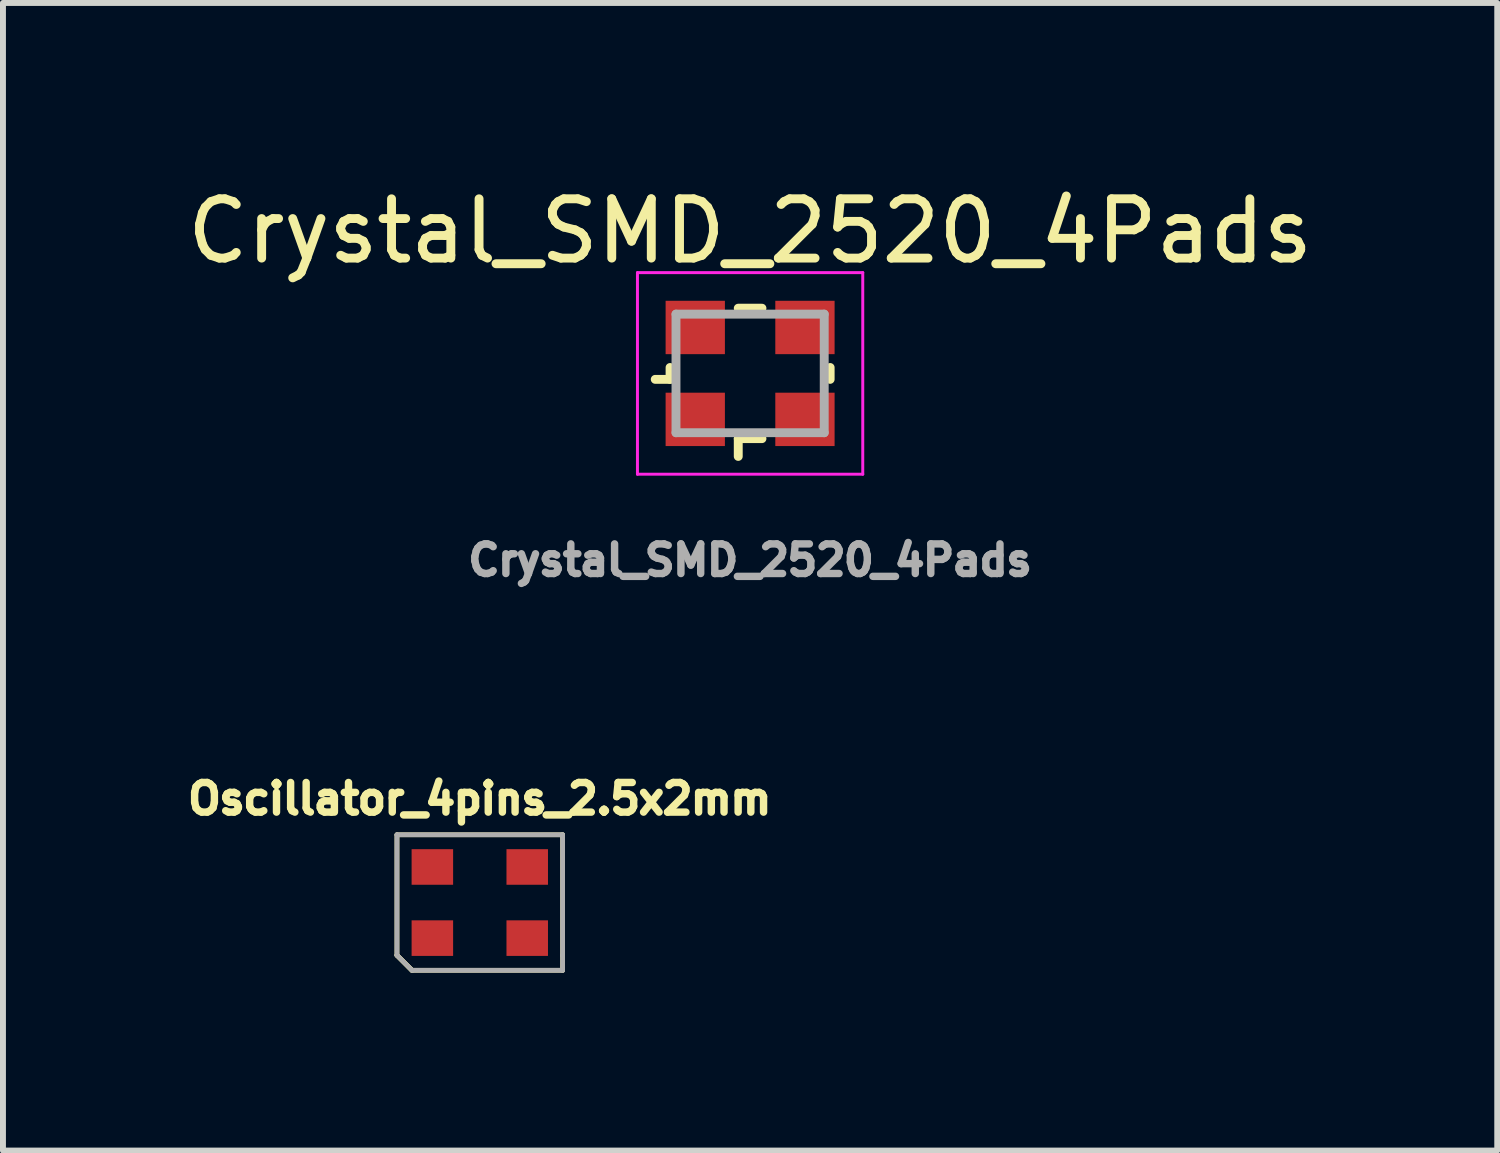
<source format=kicad_pcb>
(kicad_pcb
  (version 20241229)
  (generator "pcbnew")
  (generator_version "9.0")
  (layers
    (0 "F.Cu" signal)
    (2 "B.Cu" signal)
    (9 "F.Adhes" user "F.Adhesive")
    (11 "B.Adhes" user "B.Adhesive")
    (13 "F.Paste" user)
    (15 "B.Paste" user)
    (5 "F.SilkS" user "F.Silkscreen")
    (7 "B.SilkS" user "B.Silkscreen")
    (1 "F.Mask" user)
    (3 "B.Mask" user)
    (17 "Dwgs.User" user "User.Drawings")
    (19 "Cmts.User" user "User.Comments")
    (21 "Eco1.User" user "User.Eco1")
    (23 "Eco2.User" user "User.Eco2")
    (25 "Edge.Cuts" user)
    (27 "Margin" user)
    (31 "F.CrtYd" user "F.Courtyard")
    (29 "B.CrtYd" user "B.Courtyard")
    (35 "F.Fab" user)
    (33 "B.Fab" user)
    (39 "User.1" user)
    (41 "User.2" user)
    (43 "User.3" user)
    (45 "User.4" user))
  (footprint "Oscillator_4pins_2.5x2mm"
    (layer "F.Cu")
    (at 5.042 12.172)
    (property "Reference" "Oscillator_4pins_2.5x2mm" (at 0 -1.75 0) (layer "F.SilkS") (effects (font (size 0.5 0.5) (thickness 0.125))))
    (attr smd)
    (fp_line (start -1.397 -1.143) (end 1.397 -1.143) (stroke (width 0.08) (type solid)) (layer "F.SilkS"))
    (fp_line (start -1.397 0.889) (end -1.397 -1.143) (stroke (width 0.08) (type solid)) (layer "F.SilkS"))
    (fp_line (start -1.143 1.143) (end -1.397 0.889) (stroke (width 0.08) (type solid)) (layer "F.SilkS"))
    (fp_line (start -1.143 1.143) (end -1.397 0.889) (stroke (width 0.08) (type solid)) (layer "F.SilkS"))
    (fp_line (start 1.397 -1.143) (end 1.397 0.889) (stroke (width 0.08) (type solid)) (layer "F.SilkS"))
    (fp_line (start 1.397 0.889) (end 1.397 1.143) (stroke (width 0.08) (type solid)) (layer "F.SilkS"))
    (fp_line (start 1.397 1.143) (end -1.143 1.143) (stroke (width 0.08) (type solid)) (layer "F.SilkS"))
    (fp_line (start -1.397 -1.143) (end 1.397 -1.143) (stroke (width 0.08) (type solid)) (layer "F.Fab"))
    (fp_line (start -1.397 0.889) (end -1.397 -1.143) (stroke (width 0.08) (type solid)) (layer "F.Fab"))
    (fp_line (start -1.143 1.143) (end -1.397 0.889) (stroke (width 0.08) (type solid)) (layer "F.Fab"))
    (fp_line (start 1.397 -1.143) (end 1.397 0.889) (stroke (width 0.08) (type solid)) (layer "F.Fab"))
    (fp_line (start 1.397 0.889) (end 1.397 1.143) (stroke (width 0.08) (type solid)) (layer "F.Fab"))
    (fp_line (start 1.397 1.143) (end -1.143 1.143) (stroke (width 0.08) (type solid)) (layer "F.Fab"))
    (pad "1" smd rect (at -0.8 0.6) (size 0.7 0.6) (layers "F.Cu" "F.Mask" "F.Paste"))
    (pad "2" smd rect (at 0.8 0.6) (size 0.7 0.6) (layers "F.Cu" "F.Mask" "F.Paste"))
    (pad "3" smd rect (at 0.8 -0.6) (size 0.7 0.6) (layers "F.Cu" "F.Mask" "F.Paste"))
    (pad "4" smd rect (at -0.8 -0.6) (size 0.7 0.6) (layers "F.Cu" "F.Mask" "F.Paste")))
  (footprint "Crystal_SMD_2520_4Pads"
    (layer "F.Cu")
    (at 9.601 3.248)
    (property "Reference" "Crystal_SMD_2520_4Pads" (at 0 -2.4 0) (layer "F.SilkS") (effects (font (size 1 1) (thickness 0.15))))
    (attr smd)
    (fp_line (start -1.35 0.1) (end -1.6 0.1) (stroke (width 0.15) (type solid)) (layer "F.SilkS"))
    (fp_line (start -1.35 0.1) (end -1.35 -0.1) (stroke (width 0.15) (type solid)) (layer "F.SilkS"))
    (fp_line (start -0.2 -1.1) (end 0.2 -1.1) (stroke (width 0.15) (type solid)) (layer "F.SilkS"))
    (fp_line (start -0.2 1.1) (end -0.2 1.4) (stroke (width 0.15) (type solid)) (layer "F.SilkS"))
    (fp_line (start 0.2 1.1) (end -0.2 1.1) (stroke (width 0.15) (type solid)) (layer "F.SilkS"))
    (fp_line (start 1.35 0.1) (end 1.35 -0.1) (stroke (width 0.15) (type solid)) (layer "F.SilkS"))
    (fp_line (start -1.9 -1.7) (end -1.9 1.7) (stroke (width 0.05) (type solid)) (layer "F.CrtYd"))
    (fp_line (start -1.9 1.7) (end 1.9 1.7) (stroke (width 0.05) (type solid)) (layer "F.CrtYd"))
    (fp_line (start 1.9 -1.7) (end -1.9 -1.7) (stroke (width 0.05) (type solid)) (layer "F.CrtYd"))
    (fp_line (start 1.9 1.7) (end 1.9 -1.7) (stroke (width 0.05) (type solid)) (layer "F.CrtYd"))
    (fp_line (start -1.25 -1) (end -1.25 1) (stroke (width 0.15) (type solid)) (layer "F.Fab"))
    (fp_line (start -1.25 1) (end 1.25 1) (stroke (width 0.15) (type solid)) (layer "F.Fab"))
    (fp_line (start 1.25 -1) (end -1.25 -1) (stroke (width 0.15) (type solid)) (layer "F.Fab"))
    (fp_line (start 1.25 1) (end 1.25 -1) (stroke (width 0.15) (type solid)) (layer "F.Fab"))
    (fp_text user "${REFERENCE}" (at 0 3.15 0) (layer "F.Fab") (effects (font (size 0.5 0.5) (thickness 0.125))))
    (pad "1" smd rect (at -0.925 0.775) (size 1 0.9) (layers "F.Cu" "F.Mask" "F.Paste"))
    (pad "2" smd rect (at 0.925 -0.775) (size 1 0.9) (layers "F.Cu" "F.Mask" "F.Paste"))
    (pad "3" smd rect (at -0.925 -0.775) (size 1 0.9) (layers "F.Cu" "F.Mask" "F.Paste"))
    (pad "3" smd rect (at 0.925 0.775) (size 1 0.9) (layers "F.Cu" "F.Mask" "F.Paste")))
  (gr_rect
    (start -3 -3)
    (end 22.202 16.355)
    (stroke (width 0.1) (type default))
    (fill no)
    (layer "Edge.Cuts")))
</source>
